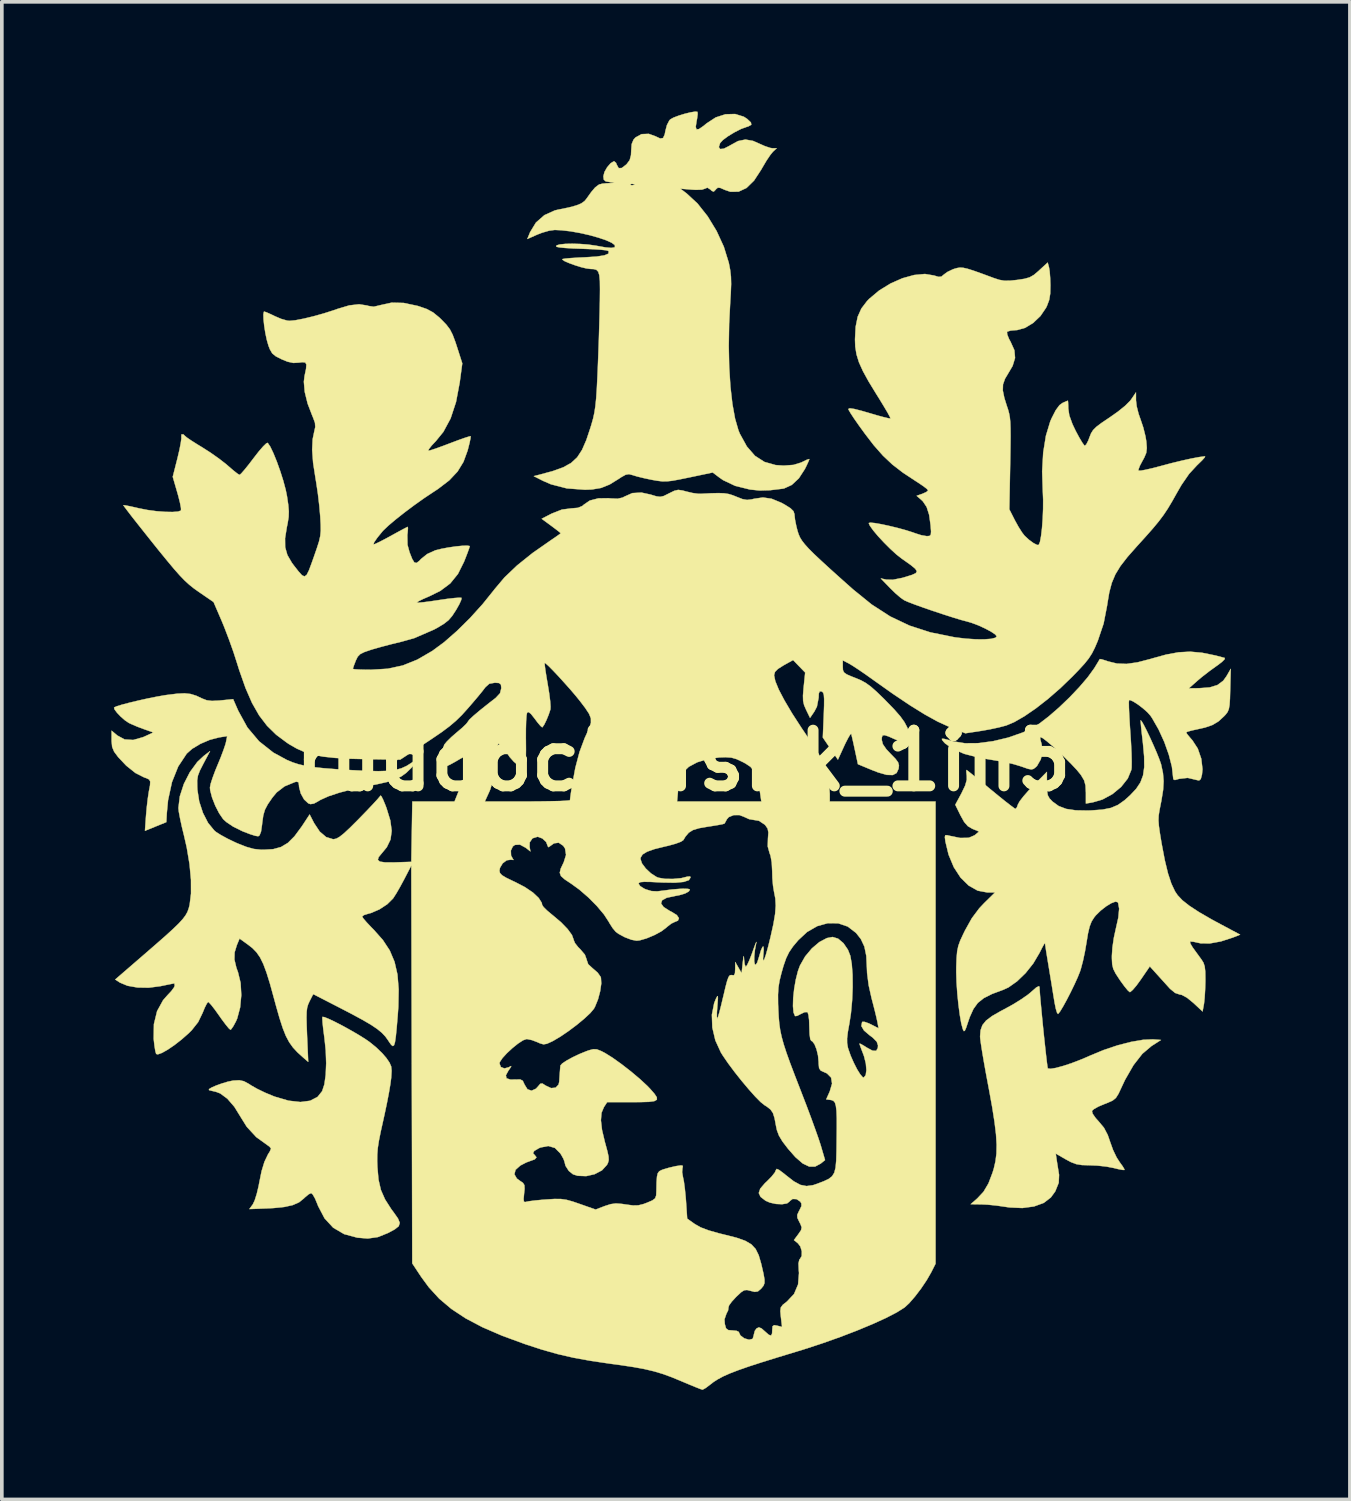
<source format=kicad_pcb>
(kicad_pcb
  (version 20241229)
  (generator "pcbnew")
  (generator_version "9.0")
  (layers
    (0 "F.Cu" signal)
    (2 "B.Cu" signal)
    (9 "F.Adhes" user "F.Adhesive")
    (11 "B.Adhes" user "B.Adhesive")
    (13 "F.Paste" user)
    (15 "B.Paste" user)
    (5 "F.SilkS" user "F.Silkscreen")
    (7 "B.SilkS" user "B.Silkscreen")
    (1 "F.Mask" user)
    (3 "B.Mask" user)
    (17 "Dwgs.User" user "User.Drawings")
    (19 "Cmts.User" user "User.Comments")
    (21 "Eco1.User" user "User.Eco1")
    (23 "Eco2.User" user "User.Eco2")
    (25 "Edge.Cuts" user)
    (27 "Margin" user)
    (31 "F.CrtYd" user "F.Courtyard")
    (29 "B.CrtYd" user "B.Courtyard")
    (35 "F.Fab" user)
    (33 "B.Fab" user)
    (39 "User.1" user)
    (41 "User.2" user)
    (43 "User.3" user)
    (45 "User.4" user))
  (footprint "ruddock_fsilk_1in5"
    (layer "F.Cu")
    (at 15.651 17.773)
    (property "Reference" "ruddock_fsilk_1in5" (at 0 0 0) (layer "F.SilkS") (effects (font (size 1.524 1.524) (thickness 0.3))))
    (attr through_hole)
    (fp_poly (pts (xy -9.817 7.021) (xy -9.693 7.072) (xy -9.518 7.156) (xy -9.314 7.262) (xy -9.097 7.382) (xy -8.887 7.504) (xy -8.703 7.619) (xy -8.586 7.7) (xy -8.406 7.846) (xy -8.237 8.009) (xy -8.124 8.14) (xy -8.038 8.266) (xy -7.993 8.37) (xy -7.981 8.491) (xy -7.992 8.671) (xy -7.993 8.687) (xy -8.015 8.853) (xy -8.055 9.091) (xy -8.11 9.376) (xy -8.174 9.68) (xy -8.207 9.83) (xy -8.279 10.153) (xy -8.329 10.403) (xy -8.36 10.604) (xy -8.374 10.783) (xy -8.376 10.963) (xy -8.37 11.125) (xy -8.34 11.468) (xy -8.275 11.75) (xy -8.162 12.007) (xy -7.989 12.278) (xy -7.923 12.366) (xy -7.806 12.533) (xy -7.758 12.651) (xy -7.786 12.743) (xy -7.896 12.83) (xy -8.077 12.928) (xy -8.358 13.041) (xy -8.634 13.08) (xy -8.919 13.057) (xy -9.282 12.959) (xy -9.58 12.784) (xy -9.816 12.529) (xy -9.993 12.191) (xy -10.01 12.146) (xy -10.076 11.987) (xy -10.139 11.876) (xy -10.183 11.836) (xy -10.253 11.87) (xy -10.355 11.955) (xy -10.383 11.983) (xy -10.515 12.089) (xy -10.687 12.165) (xy -10.917 12.216) (xy -11.223 12.247) (xy -11.411 12.256) (xy -11.875 12.274) (xy -11.78 12.144) (xy -11.728 12.034) (xy -11.672 11.856) (xy -11.621 11.641) (xy -11.607 11.566) (xy -11.54 11.235) (xy -11.462 10.98) (xy -11.365 10.777) (xy -11.317 10.701) (xy -11.281 10.619) (xy -11.328 10.561) (xy -11.348 10.548) (xy -11.687 10.303) (xy -11.947 10.021) (xy -12.106 9.765) (xy -12.285 9.475) (xy -12.478 9.252) (xy -12.673 9.108) (xy -12.79 9.064) (xy -12.91 9.036) (xy -12.979 9.018) (xy -12.981 8.992) (xy -12.908 8.947) (xy -12.783 8.892) (xy -12.63 8.837) (xy -12.471 8.789) (xy -12.33 8.759) (xy -12.306 8.756) (xy -12.15 8.748) (xy -12.026 8.774) (xy -11.888 8.848) (xy -11.828 8.888) (xy -11.663 8.982) (xy -11.444 9.088) (xy -11.215 9.183) (xy -11.179 9.197) (xy -10.802 9.307) (xy -10.477 9.344) (xy -10.211 9.309) (xy -10.007 9.203) (xy -9.883 9.047) (xy -9.822 8.862) (xy -9.785 8.6) (xy -9.772 8.282) (xy -9.784 7.932) (xy -9.822 7.572) (xy -9.823 7.57) (xy -9.852 7.349) (xy -9.871 7.168) (xy -9.878 7.048) (xy -9.874 7.012) (xy -9.817 7.021)) (stroke (width 0.01) (type solid)) (fill yes) (layer "F.SilkS"))
    (fp_poly (pts (xy 9.754 6.194) (xy 9.759 6.289) (xy 9.772 6.459) (xy 9.793 6.686) (xy 9.818 6.952) (xy 9.846 7.241) (xy 9.876 7.532) (xy 9.906 7.81) (xy 9.933 8.056) (xy 9.956 8.252) (xy 9.973 8.381) (xy 9.982 8.424) (xy 10.056 8.435) (xy 10.205 8.41) (xy 10.41 8.354) (xy 10.652 8.273) (xy 10.914 8.172) (xy 11.145 8.072) (xy 11.513 7.919) (xy 11.893 7.792) (xy 12.259 7.698) (xy 12.588 7.641) (xy 12.855 7.629) (xy 12.872 7.63) (xy 13.08 7.645) (xy 12.818 7.813) (xy 12.569 8.024) (xy 12.328 8.333) (xy 12.097 8.734) (xy 11.998 8.945) (xy 11.916 9.12) (xy 11.846 9.23) (xy 11.76 9.301) (xy 11.629 9.361) (xy 11.533 9.398) (xy 11.367 9.468) (xy 11.243 9.538) (xy 11.19 9.587) (xy 11.208 9.663) (xy 11.29 9.781) (xy 11.375 9.876) (xy 11.52 10.05) (xy 11.623 10.247) (xy 11.691 10.444) (xy 11.767 10.655) (xy 11.863 10.856) (xy 11.948 10.989) (xy 12.032 11.105) (xy 12.078 11.184) (xy 12.08 11.203) (xy 12.025 11.202) (xy 11.901 11.178) (xy 11.783 11.149) (xy 11.584 11.111) (xy 11.339 11.084) (xy 11.131 11.075) (xy 10.916 11.069) (xy 10.758 11.043) (xy 10.612 10.987) (xy 10.478 10.915) (xy 10.199 10.755) (xy 10.228 10.953) (xy 10.258 11.141) (xy 10.288 11.327) (xy 10.29 11.334) (xy 10.28 11.555) (xy 10.186 11.789) (xy 10.065 11.956) (xy 9.871 12.105) (xy 9.605 12.202) (xy 9.285 12.245) (xy 8.929 12.229) (xy 8.814 12.212) (xy 8.578 12.178) (xy 8.331 12.153) (xy 8.164 12.145) (xy 7.87 12.141) (xy 8.053 11.981) (xy 8.222 11.8) (xy 8.356 11.574) (xy 8.469 11.278) (xy 8.503 11.168) (xy 8.549 10.968) (xy 8.576 10.754) (xy 8.581 10.512) (xy 8.564 10.229) (xy 8.523 9.89) (xy 8.459 9.482) (xy 8.37 8.992) (xy 8.357 8.924) (xy 8.292 8.578) (xy 8.234 8.255) (xy 8.186 7.973) (xy 8.151 7.747) (xy 8.131 7.595) (xy 8.128 7.547) (xy 8.142 7.377) (xy 8.192 7.238) (xy 8.292 7.114) (xy 8.456 6.991) (xy 8.697 6.852) (xy 8.797 6.8) (xy 9.033 6.67) (xy 9.258 6.53) (xy 9.444 6.4) (xy 9.534 6.324) (xy 9.666 6.208) (xy 9.739 6.172) (xy 9.754 6.194)) (stroke (width 0.01) (type solid)) (fill yes) (layer "F.SilkS"))
    (fp_poly (pts (xy -13.483 -1.826) (xy -13.329 -1.778) (xy -13.168 -1.702) (xy -13.043 -1.654) (xy -12.899 -1.636) (xy -12.697 -1.646) (xy -12.66 -1.65) (xy -12.319 -1.684) (xy -12.178 -1.363) (xy -11.929 -0.91) (xy -11.61 -0.531) (xy -11.218 -0.221) (xy -10.85 -0.021) (xy -10.693 0.045) (xy -10.529 0.098) (xy -10.344 0.141) (xy -10.12 0.176) (xy -9.842 0.206) (xy -9.494 0.233) (xy -9.086 0.258) (xy -8.674 0.279) (xy -8.346 0.287) (xy -8.088 0.279) (xy -7.884 0.254) (xy -7.716 0.21) (xy -7.571 0.144) (xy -7.431 0.055) (xy -7.418 0.046) (xy -7.302 -0.034) (xy -7.228 -0.074) (xy -7.214 -0.074) (xy -7.246 -0.026) (xy -7.33 0.074) (xy -7.447 0.203) (xy -7.582 0.334) (xy -7.723 0.435) (xy -7.89 0.515) (xy -8.105 0.583) (xy -8.388 0.647) (xy -8.585 0.685) (xy -9.022 0.775) (xy -9.401 0.872) (xy -9.707 0.973) (xy -9.929 1.073) (xy -9.97 1.098) (xy -10.107 1.174) (xy -10.202 1.189) (xy -10.262 1.168) (xy -10.377 1.061) (xy -10.468 0.897) (xy -10.514 0.72) (xy -10.516 0.685) (xy -10.528 0.591) (xy -10.584 0.575) (xy -10.63 0.586) (xy -10.911 0.702) (xy -11.127 0.868) (xy -11.244 1.009) (xy -11.371 1.194) (xy -11.449 1.342) (xy -11.494 1.496) (xy -11.522 1.696) (xy -11.528 1.752) (xy -11.556 1.943) (xy -11.596 2.044) (xy -11.633 2.069) (xy -11.714 2.056) (xy -11.859 2.01) (xy -12.039 1.941) (xy -12.076 1.925) (xy -12.315 1.807) (xy -12.507 1.678) (xy -12.592 1.6) (xy -12.702 1.44) (xy -12.809 1.23) (xy -12.896 1.008) (xy -12.947 0.812) (xy -12.954 0.734) (xy -12.935 0.635) (xy -12.882 0.47) (xy -12.806 0.266) (xy -12.751 0.133) (xy -12.66 -0.088) (xy -12.583 -0.292) (xy -12.53 -0.449) (xy -12.515 -0.507) (xy -12.482 -0.672) (xy -12.705 -0.637) (xy -12.959 -0.571) (xy -13.216 -0.461) (xy -13.442 -0.325) (xy -13.59 -0.193) (xy -13.823 0.159) (xy -13.994 0.587) (xy -14.101 1.081) (xy -14.135 1.438) (xy -14.148 1.682) (xy -14.733 1.92) (xy -14.704 1.506) (xy -14.683 1.272) (xy -14.656 1.041) (xy -14.629 0.861) (xy -14.627 0.848) (xy -14.594 0.673) (xy -14.589 0.571) (xy -14.618 0.515) (xy -14.692 0.479) (xy -14.754 0.458) (xy -14.992 0.338) (xy -15.245 0.136) (xy -15.467 -0.099) (xy -15.577 -0.247) (xy -15.631 -0.376) (xy -15.646 -0.535) (xy -15.646 -0.568) (xy -15.646 -0.822) (xy -15.49 -0.69) (xy -15.291 -0.582) (xy -15.056 -0.567) (xy -14.784 -0.644) (xy -14.732 -0.667) (xy -14.503 -0.773) (xy -14.76 -0.863) (xy -14.942 -0.931) (xy -15.112 -1.004) (xy -15.173 -1.033) (xy -15.279 -1.104) (xy -15.395 -1.205) (xy -15.498 -1.313) (xy -15.567 -1.405) (xy -15.579 -1.456) (xy -15.509 -1.488) (xy -15.361 -1.534) (xy -15.155 -1.588) (xy -14.913 -1.646) (xy -14.657 -1.703) (xy -14.407 -1.753) (xy -14.185 -1.792) (xy -14.127 -1.8) (xy -13.852 -1.834) (xy -13.647 -1.844) (xy -13.483 -1.826)) (stroke (width 0.01) (type solid)) (fill yes) (layer "F.SilkS"))
    (fp_poly (pts (xy 14.206 -2.954) (xy 14.574 -2.879) (xy 14.826 -2.812) (xy 14.822 -2.777) (xy 14.748 -2.703) (xy 14.617 -2.603) (xy 14.597 -2.59) (xy 14.402 -2.449) (xy 14.201 -2.293) (xy 14.072 -2.184) (xy 13.843 -1.981) (xy 14.122 -1.984) (xy 14.413 -2.006) (xy 14.627 -2.072) (xy 14.784 -2.189) (xy 14.872 -2.311) (xy 14.99 -2.515) (xy 14.975 -1.946) (xy 14.968 -1.698) (xy 14.957 -1.528) (xy 14.937 -1.415) (xy 14.904 -1.334) (xy 14.852 -1.265) (xy 14.808 -1.218) (xy 14.655 -1.077) (xy 14.492 -0.979) (xy 14.288 -0.908) (xy 14.084 -0.862) (xy 13.92 -0.826) (xy 13.806 -0.794) (xy 13.767 -0.774) (xy 13.798 -0.725) (xy 13.878 -0.628) (xy 13.94 -0.557) (xy 14.087 -0.331) (xy 14.183 -0.053) (xy 14.216 0.232) (xy 14.202 0.379) (xy 14.169 0.502) (xy 14.123 0.542) (xy 14.081 0.534) (xy 13.811 0.47) (xy 13.574 0.497) (xy 13.566 0.5) (xy 13.46 0.53) (xy 13.418 0.509) (xy 13.41 0.442) (xy 13.379 0.165) (xy 13.295 -0.162) (xy 13.171 -0.512) (xy 13.015 -0.854) (xy 12.84 -1.16) (xy 12.792 -1.232) (xy 12.705 -1.329) (xy 12.581 -1.438) (xy 12.445 -1.541) (xy 12.32 -1.621) (xy 12.231 -1.66) (xy 12.206 -1.657) (xy 12.2 -1.599) (xy 12.202 -1.457) (xy 12.211 -1.249) (xy 12.226 -0.99) (xy 12.241 -0.769) (xy 12.26 -0.472) (xy 12.273 -0.2) (xy 12.278 0.027) (xy 12.276 0.188) (xy 12.269 0.249) (xy 12.17 0.488) (xy 11.99 0.716) (xy 11.753 0.913) (xy 11.479 1.062) (xy 11.214 1.14) (xy 11.024 1.173) (xy 11.024 0.874) (xy 11.014 0.679) (xy 10.976 0.538) (xy 10.896 0.403) (xy 10.877 0.376) (xy 10.773 0.25) (xy 10.629 0.096) (xy 10.46 -0.074) (xy 10.282 -0.244) (xy 10.109 -0.401) (xy 9.958 -0.53) (xy 9.843 -0.617) (xy 9.779 -0.648) (xy 9.773 -0.646) (xy 9.775 -0.59) (xy 9.805 -0.479) (xy 9.811 -0.461) (xy 9.836 -0.255) (xy 9.791 -0.039) (xy 9.687 0.143) (xy 9.654 0.176) (xy 9.593 0.224) (xy 9.531 0.24) (xy 9.438 0.222) (xy 9.284 0.168) (xy 9.26 0.159) (xy 9.052 0.096) (xy 8.801 0.037) (xy 8.585 0.00034) (xy 8.091 -0.083) (xy 7.693 -0.188) (xy 7.389 -0.317) (xy 7.174 -0.47) (xy 7.142 -0.503) (xy 7.088 -0.568) (xy 7.083 -0.6) (xy 7.141 -0.598) (xy 7.275 -0.564) (xy 7.406 -0.527) (xy 7.714 -0.477) (xy 8.082 -0.48) (xy 8.485 -0.534) (xy 8.9 -0.633) (xy 9.302 -0.774) (xy 9.525 -0.876) (xy 9.746 -1.012) (xy 10.007 -1.212) (xy 10.289 -1.457) (xy 10.573 -1.729) (xy 10.841 -2.011) (xy 11.073 -2.282) (xy 11.25 -2.526) (xy 11.275 -2.566) (xy 11.349 -2.688) (xy 11.397 -2.768) (xy 11.405 -2.782) (xy 11.454 -2.775) (xy 11.566 -2.741) (xy 11.632 -2.718) (xy 11.874 -2.659) (xy 12.135 -2.649) (xy 12.437 -2.692) (xy 12.802 -2.787) (xy 12.833 -2.797) (xy 13.224 -2.905) (xy 13.562 -2.967) (xy 13.879 -2.984) (xy 14.206 -2.954)) (stroke (width 0.01) (type solid)) (fill yes) (layer "F.SilkS"))
    (fp_poly (pts (xy 12.552 -1.078) (xy 12.611 -0.975) (xy 12.691 -0.818) (xy 12.782 -0.627) (xy 12.875 -0.421) (xy 12.962 -0.221) (xy 13.032 -0.046) (xy 13.078 0.084) (xy 13.083 0.102) (xy 13.134 0.339) (xy 13.152 0.561) (xy 13.138 0.803) (xy 13.09 1.098) (xy 13.071 1.193) (xy 13.037 1.367) (xy 13.016 1.506) (xy 13.011 1.637) (xy 13.022 1.784) (xy 13.049 1.976) (xy 13.092 2.238) (xy 13.1 2.283) (xy 13.185 2.729) (xy 13.272 3.087) (xy 13.364 3.366) (xy 13.465 3.579) (xy 13.536 3.684) (xy 13.665 3.821) (xy 13.858 3.973) (xy 14.124 4.147) (xy 14.472 4.348) (xy 14.724 4.484) (xy 15.246 4.762) (xy 15.053 4.839) (xy 14.721 4.947) (xy 14.419 5.002) (xy 14.168 5) (xy 14.099 4.985) (xy 13.968 4.956) (xy 13.885 4.951) (xy 13.875 4.955) (xy 13.885 5.007) (xy 13.943 5.106) (xy 13.961 5.131) (xy 14.072 5.284) (xy 14.185 5.439) (xy 14.186 5.44) (xy 14.243 5.531) (xy 14.276 5.632) (xy 14.292 5.77) (xy 14.295 5.974) (xy 14.295 6.042) (xy 14.288 6.272) (xy 14.275 6.486) (xy 14.258 6.647) (xy 14.253 6.677) (xy 14.218 6.866) (xy 13.969 6.633) (xy 13.793 6.489) (xy 13.649 6.411) (xy 13.595 6.401) (xy 13.467 6.358) (xy 13.326 6.242) (xy 13.321 6.236) (xy 13.198 6.1) (xy 13.05 5.936) (xy 12.973 5.851) (xy 12.774 5.631) (xy 12.527 5.992) (xy 12.41 6.153) (xy 12.308 6.273) (xy 12.239 6.332) (xy 12.224 6.335) (xy 12.17 6.287) (xy 12.079 6.176) (xy 11.969 6.025) (xy 11.952 6) (xy 11.839 5.828) (xy 11.774 5.699) (xy 11.744 5.572) (xy 11.736 5.409) (xy 11.736 5.343) (xy 11.751 5.113) (xy 11.79 4.847) (xy 11.838 4.626) (xy 11.912 4.295) (xy 11.935 4.052) (xy 11.907 3.894) (xy 11.896 3.874) (xy 11.833 3.858) (xy 11.719 3.901) (xy 11.578 3.987) (xy 11.429 4.103) (xy 11.296 4.234) (xy 11.254 4.286) (xy 11.18 4.401) (xy 11.126 4.541) (xy 11.081 4.731) (xy 11.043 4.965) (xy 10.999 5.222) (xy 10.944 5.482) (xy 10.886 5.701) (xy 10.865 5.766) (xy 10.801 5.926) (xy 10.711 6.125) (xy 10.606 6.341) (xy 10.498 6.551) (xy 10.397 6.734) (xy 10.315 6.869) (xy 10.263 6.933) (xy 10.262 6.934) (xy 10.235 6.901) (xy 10.201 6.79) (xy 10.167 6.623) (xy 10.162 6.591) (xy 10.128 6.384) (xy 10.085 6.116) (xy 10.037 5.827) (xy 10.005 5.631) (xy 9.966 5.395) (xy 9.934 5.197) (xy 9.913 5.056) (xy 9.905 4.996) (xy 9.884 5.016) (xy 9.832 5.108) (xy 9.758 5.254) (xy 9.75 5.269) (xy 9.584 5.55) (xy 9.374 5.814) (xy 9.14 6.04) (xy 8.905 6.206) (xy 8.763 6.271) (xy 8.456 6.385) (xy 8.23 6.499) (xy 8.066 6.63) (xy 7.945 6.797) (xy 7.846 7.016) (xy 7.8 7.15) (xy 7.745 7.314) (xy 7.709 7.394) (xy 7.683 7.403) (xy 7.658 7.355) (xy 7.655 7.347) (xy 7.613 7.193) (xy 7.573 6.963) (xy 7.536 6.682) (xy 7.505 6.376) (xy 7.484 6.072) (xy 7.475 5.793) (xy 7.476 5.646) (xy 7.485 5.398) (xy 7.501 5.217) (xy 7.532 5.07) (xy 7.585 4.923) (xy 7.669 4.742) (xy 7.717 4.644) (xy 7.903 4.311) (xy 8.105 4.041) (xy 8.239 3.899) (xy 8.537 3.607) (xy 8.326 3.607) (xy 8.063 3.558) (xy 7.816 3.419) (xy 7.594 3.201) (xy 7.408 2.915) (xy 7.265 2.572) (xy 7.179 2.215) (xy 7.163 2.089) (xy 7.178 2.039) (xy 7.238 2.042) (xy 7.269 2.051) (xy 7.58 2.115) (xy 7.817 2.111) (xy 7.975 2.043) (xy 8.1 1.941) (xy 7.917 1.865) (xy 7.794 1.793) (xy 7.693 1.679) (xy 7.592 1.497) (xy 7.449 1.206) (xy 7.618 0.893) (xy 7.719 0.682) (xy 7.764 0.523) (xy 7.763 0.417) (xy 7.751 0.306) (xy 7.755 0.254) (xy 7.756 0.254) (xy 7.799 0.285) (xy 7.906 0.37) (xy 8.065 0.498) (xy 8.263 0.659) (xy 8.418 0.787) (xy 8.636 0.966) (xy 8.826 1.119) (xy 8.976 1.235) (xy 9.071 1.305) (xy 9.098 1.321) (xy 9.135 1.278) (xy 9.164 1.198) (xy 9.211 1.112) (xy 9.315 0.977) (xy 9.459 0.813) (xy 9.576 0.691) (xy 9.957 0.306) (xy 9.957 0.641) (xy 9.961 0.827) (xy 9.981 0.946) (xy 10.028 1.033) (xy 10.114 1.122) (xy 10.114 1.122) (xy 10.28 1.242) (xy 10.485 1.32) (xy 10.747 1.359) (xy 11.083 1.365) (xy 11.176 1.361) (xy 11.477 1.339) (xy 11.709 1.293) (xy 11.9 1.212) (xy 12.083 1.083) (xy 12.234 0.947) (xy 12.4 0.771) (xy 12.516 0.597) (xy 12.589 0.404) (xy 12.622 0.174) (xy 12.619 -0.113) (xy 12.586 -0.476) (xy 12.579 -0.533) (xy 12.553 -0.759) (xy 12.534 -0.944) (xy 12.524 -1.066) (xy 12.523 -1.107) (xy 12.552 -1.078)) (stroke (width 0.01) (type solid)) (fill yes) (layer "F.SilkS"))
    (fp_poly (pts (xy 0.392 -17.761) (xy 0.397 -17.701) (xy 0.381 -17.577) (xy 0.367 -17.504) (xy 0.344 -17.352) (xy 0.364 -17.281) (xy 0.433 -17.29) (xy 0.559 -17.377) (xy 0.641 -17.445) (xy 0.892 -17.609) (xy 1.159 -17.695) (xy 1.422 -17.702) (xy 1.66 -17.628) (xy 1.753 -17.567) (xy 1.855 -17.471) (xy 1.865 -17.407) (xy 1.782 -17.362) (xy 1.74 -17.35) (xy 1.586 -17.294) (xy 1.407 -17.203) (xy 1.23 -17.096) (xy 1.088 -16.991) (xy 1.011 -16.907) (xy 0.976 -16.795) (xy 1.014 -16.743) (xy 1.113 -16.753) (xy 1.263 -16.829) (xy 1.273 -16.836) (xy 1.501 -16.961) (xy 1.704 -17.003) (xy 1.913 -16.966) (xy 2.072 -16.896) (xy 2.237 -16.823) (xy 2.381 -16.775) (xy 2.446 -16.764) (xy 2.559 -16.764) (xy 2.455 -16.667) (xy 2.383 -16.578) (xy 2.282 -16.428) (xy 2.172 -16.242) (xy 2.138 -16.182) (xy 1.94 -15.879) (xy 1.733 -15.677) (xy 1.516 -15.576) (xy 1.29 -15.574) (xy 1.139 -15.626) (xy 1.016 -15.68) (xy 0.949 -15.686) (xy 0.901 -15.646) (xy 0.891 -15.632) (xy 0.837 -15.577) (xy 0.783 -15.598) (xy 0.746 -15.634) (xy 0.663 -15.687) (xy 0.605 -15.662) (xy 0.517 -15.632) (xy 0.349 -15.626) (xy 0.236 -15.632) (xy -0.076 -15.658) (xy 0.096 -15.527) (xy 0.393 -15.252) (xy 0.671 -14.901) (xy 0.916 -14.498) (xy 1.113 -14.069) (xy 1.246 -13.639) (xy 1.25 -13.625) (xy 1.287 -13.432) (xy 1.308 -13.25) (xy 1.313 -13.047) (xy 1.303 -12.793) (xy 1.291 -12.601) (xy 1.258 -11.964) (xy 1.248 -11.35) (xy 1.26 -10.77) (xy 1.294 -10.238) (xy 1.348 -9.764) (xy 1.421 -9.362) (xy 1.513 -9.044) (xy 1.552 -8.949) (xy 1.744 -8.6) (xy 1.966 -8.345) (xy 2.226 -8.178) (xy 2.531 -8.092) (xy 2.75 -8.077) (xy 3.021 -8.097) (xy 3.23 -8.162) (xy 3.265 -8.179) (xy 3.38 -8.235) (xy 3.447 -8.257) (xy 3.454 -8.253) (xy 3.433 -8.197) (xy 3.379 -8.079) (xy 3.33 -7.981) (xy 3.167 -7.73) (xy 2.973 -7.549) (xy 2.764 -7.453) (xy 2.729 -7.446) (xy 2.38 -7.404) (xy 2.092 -7.396) (xy 1.829 -7.423) (xy 1.829 -7.423) (xy 1.424 -7.523) (xy 1.093 -7.68) (xy 0.983 -7.757) (xy 0.809 -7.889) (xy 0.163 -7.753) (xy -0.106 -7.698) (xy -0.302 -7.662) (xy -0.451 -7.646) (xy -0.579 -7.647) (xy -0.712 -7.663) (xy -0.864 -7.69) (xy -1.071 -7.734) (xy -1.256 -7.779) (xy -1.382 -7.817) (xy -1.388 -7.819) (xy -1.484 -7.844) (xy -1.574 -7.828) (xy -1.693 -7.762) (xy -1.757 -7.719) (xy -2.014 -7.56) (xy -2.248 -7.466) (xy -2.498 -7.424) (xy -2.688 -7.417) (xy -3.184 -7.454) (xy -3.619 -7.566) (xy -3.835 -7.66) (xy -4.089 -7.789) (xy -3.912 -7.834) (xy -3.555 -7.932) (xy -3.279 -8.032) (xy -3.066 -8.151) (xy -2.901 -8.304) (xy -2.768 -8.508) (xy -2.651 -8.776) (xy -2.535 -9.125) (xy -2.509 -9.211) (xy -2.464 -9.37) (xy -2.43 -9.528) (xy -2.403 -9.705) (xy -2.381 -9.92) (xy -2.363 -10.191) (xy -2.346 -10.537) (xy -2.338 -10.719) (xy -2.323 -11.107) (xy -2.308 -11.523) (xy -2.296 -11.932) (xy -2.286 -12.304) (xy -2.28 -12.59) (xy -2.277 -12.906) (xy -2.28 -13.134) (xy -2.295 -13.289) (xy -2.325 -13.385) (xy -2.375 -13.437) (xy -2.449 -13.457) (xy -2.543 -13.461) (xy -2.653 -13.476) (xy -2.801 -13.512) (xy -2.963 -13.563) (xy -3.117 -13.619) (xy -3.239 -13.671) (xy -3.305 -13.713) (xy -3.302 -13.732) (xy -3.222 -13.745) (xy -3.065 -13.759) (xy -2.856 -13.772) (xy -2.678 -13.78) (xy -2.368 -13.8) (xy -2.158 -13.833) (xy -2.047 -13.879) (xy -2.037 -13.938) (xy -2.052 -13.956) (xy -2.115 -13.972) (xy -2.259 -13.988) (xy -2.464 -14.001) (xy -2.711 -14.011) (xy -2.76 -14.013) (xy -3.012 -14.022) (xy -3.228 -14.035) (xy -3.386 -14.051) (xy -3.467 -14.067) (xy -3.472 -14.07) (xy -3.466 -14.106) (xy -3.379 -14.131) (xy -3.229 -14.147) (xy -3.036 -14.151) (xy -2.82 -14.145) (xy -2.6 -14.128) (xy -2.395 -14.099) (xy -2.368 -14.094) (xy -2.128 -14.051) (xy -1.972 -14.037) (xy -1.886 -14.05) (xy -1.869 -14.061) (xy -1.871 -14.114) (xy -1.957 -14.178) (xy -2.11 -14.247) (xy -2.316 -14.317) (xy -2.557 -14.385) (xy -2.818 -14.444) (xy -3.081 -14.491) (xy -3.332 -14.52) (xy -3.516 -14.529) (xy -3.67 -14.508) (xy -3.861 -14.453) (xy -3.986 -14.405) (xy -4.266 -14.281) (xy -4.19 -14.468) (xy -4.03 -14.731) (xy -3.798 -14.934) (xy -3.512 -15.063) (xy -3.424 -15.084) (xy -3.137 -15.142) (xy -2.933 -15.197) (xy -2.794 -15.252) (xy -2.702 -15.317) (xy -2.655 -15.372) (xy -2.516 -15.566) (xy -2.411 -15.69) (xy -2.32 -15.76) (xy -1.451 -15.76) (xy -1.401 -15.752) (xy -1.335 -15.761) (xy -1.335 -15.779) (xy -1.403 -15.791) (xy -1.432 -15.783) (xy -1.451 -15.76) (xy -2.32 -15.76) (xy -2.318 -15.762) (xy -2.218 -15.795) (xy -2.087 -15.807) (xy -2.066 -15.807) (xy -1.927 -15.813) (xy -1.886 -15.82) (xy -1.936 -15.829) (xy -1.994 -15.836) (xy -2.12 -15.858) (xy -2.173 -15.905) (xy -2.184 -15.998) (xy -2.154 -16.115) (xy -2.08 -16.245) (xy -1.986 -16.354) (xy -1.899 -16.407) (xy -1.888 -16.408) (xy -1.839 -16.366) (xy -1.814 -16.307) (xy -1.765 -16.22) (xy -1.681 -16.224) (xy -1.559 -16.318) (xy -1.547 -16.33) (xy -1.464 -16.44) (xy -1.428 -16.577) (xy -1.422 -16.702) (xy -1.409 -16.879) (xy -1.36 -16.998) (xy -1.305 -17.06) (xy -1.139 -17.151) (xy -0.942 -17.159) (xy -0.762 -17.094) (xy -0.629 -17.032) (xy -0.55 -17.045) (xy -0.505 -17.142) (xy -0.486 -17.241) (xy -0.444 -17.4) (xy -0.378 -17.527) (xy -0.355 -17.552) (xy -0.268 -17.602) (xy -0.126 -17.656) (xy 0.042 -17.708) (xy 0.205 -17.748) (xy 0.332 -17.768) (xy 0.392 -17.761)) (stroke (width 0.01) (type solid)) (fill yes) (layer "F.SilkS"))
    (fp_poly (pts (xy 10.013 -13.511) (xy 10.032 -13.398) (xy 10.046 -13.221) (xy 10.053 -13.019) (xy 10.053 -13.016) (xy 10.048 -12.786) (xy 10.019 -12.611) (xy 9.958 -12.449) (xy 9.934 -12.399) (xy 9.78 -12.172) (xy 9.58 -11.982) (xy 9.359 -11.848) (xy 9.14 -11.787) (xy 9.102 -11.786) (xy 8.965 -11.774) (xy 8.876 -11.746) (xy 8.865 -11.736) (xy 8.871 -11.666) (xy 8.92 -11.545) (xy 8.964 -11.464) (xy 9.067 -11.235) (xy 9.085 -11.024) (xy 9.018 -10.806) (xy 8.915 -10.631) (xy 8.81 -10.455) (xy 8.755 -10.299) (xy 8.75 -10.133) (xy 8.792 -9.929) (xy 8.856 -9.724) (xy 8.894 -9.611) (xy 8.922 -9.507) (xy 8.942 -9.398) (xy 8.955 -9.268) (xy 8.961 -9.102) (xy 8.963 -8.884) (xy 8.96 -8.6) (xy 8.954 -8.233) (xy 8.952 -8.127) (xy 8.928 -6.881) (xy 9.082 -6.577) (xy 9.18 -6.4) (xy 9.278 -6.246) (xy 9.345 -6.159) (xy 9.466 -6.047) (xy 9.589 -5.957) (xy 9.688 -5.906) (xy 9.733 -5.906) (xy 9.767 -5.988) (xy 9.797 -6.149) (xy 9.823 -6.368) (xy 9.842 -6.623) (xy 9.853 -6.891) (xy 9.854 -7.152) (xy 9.845 -7.367) (xy 9.827 -7.92) (xy 9.856 -8.435) (xy 9.93 -8.895) (xy 10.047 -9.282) (xy 10.082 -9.365) (xy 10.198 -9.592) (xy 10.302 -9.733) (xy 10.385 -9.793) (xy 10.484 -9.837) (xy 10.531 -9.855) (xy 10.537 -9.81) (xy 10.541 -9.696) (xy 10.542 -9.639) (xy 10.57 -9.451) (xy 10.656 -9.214) (xy 10.745 -9.027) (xy 10.841 -8.848) (xy 10.924 -8.709) (xy 10.981 -8.63) (xy 10.994 -8.621) (xy 11.035 -8.658) (xy 11.09 -8.765) (xy 11.121 -8.848) (xy 11.165 -8.959) (xy 11.222 -9.05) (xy 11.311 -9.139) (xy 11.45 -9.244) (xy 11.656 -9.383) (xy 11.667 -9.39) (xy 11.901 -9.555) (xy 12.098 -9.714) (xy 12.234 -9.85) (xy 12.264 -9.889) (xy 12.395 -10.082) (xy 12.395 -9.866) (xy 12.415 -9.7) (xy 12.467 -9.494) (xy 12.52 -9.343) (xy 12.595 -9.121) (xy 12.655 -8.88) (xy 12.678 -8.74) (xy 12.692 -8.558) (xy 12.676 -8.425) (xy 12.62 -8.293) (xy 12.573 -8.208) (xy 12.501 -8.072) (xy 12.464 -7.972) (xy 12.465 -7.939) (xy 12.524 -7.939) (xy 12.66 -7.964) (xy 12.852 -8.008) (xy 13.069 -8.065) (xy 13.361 -8.143) (xy 13.649 -8.213) (xy 13.911 -8.271) (xy 14.124 -8.311) (xy 14.267 -8.33) (xy 14.288 -8.331) (xy 14.276 -8.3) (xy 14.203 -8.219) (xy 14.084 -8.103) (xy 14.063 -8.083) (xy 13.85 -7.852) (xy 13.639 -7.546) (xy 13.517 -7.334) (xy 13.385 -7.099) (xy 13.268 -6.903) (xy 13.15 -6.726) (xy 13.018 -6.55) (xy 12.857 -6.356) (xy 12.653 -6.125) (xy 12.419 -5.867) (xy 12.162 -5.576) (xy 11.97 -5.328) (xy 11.831 -5.1) (xy 11.733 -4.868) (xy 11.664 -4.608) (xy 11.612 -4.298) (xy 11.605 -4.248) (xy 11.509 -3.753) (xy 11.35 -3.282) (xy 11.268 -3.09) (xy 11.19 -2.936) (xy 11.101 -2.798) (xy 10.985 -2.653) (xy 10.825 -2.479) (xy 10.647 -2.296) (xy 10.324 -1.984) (xy 9.988 -1.692) (xy 9.655 -1.432) (xy 9.34 -1.216) (xy 9.06 -1.055) (xy 8.844 -0.964) (xy 8.65 -0.913) (xy 8.405 -0.86) (xy 8.16 -0.816) (xy 8.142 -0.814) (xy 7.725 -0.75) (xy 7.266 -0.934) (xy 6.966 -1.071) (xy 6.615 -1.265) (xy 6.207 -1.518) (xy 5.736 -1.834) (xy 5.207 -2.209) (xy 4.994 -2.361) (xy 4.795 -2.497) (xy 4.633 -2.603) (xy 4.534 -2.662) (xy 4.369 -2.746) (xy 4.369 -2.571) (xy 4.374 -2.479) (xy 4.403 -2.416) (xy 4.476 -2.363) (xy 4.615 -2.303) (xy 4.713 -2.265) (xy 4.866 -2.201) (xy 5 -2.127) (xy 5.136 -2.028) (xy 5.294 -1.889) (xy 5.495 -1.694) (xy 5.551 -1.637) (xy 5.779 -1.402) (xy 5.942 -1.216) (xy 6.054 -1.061) (xy 6.129 -0.92) (xy 6.147 -0.874) (xy 6.203 -0.72) (xy 6.24 -0.604) (xy 6.248 -0.564) (xy 6.208 -0.501) (xy 6.095 -0.491) (xy 5.925 -0.534) (xy 5.804 -0.583) (xy 5.622 -0.664) (xy 5.512 -0.7) (xy 5.457 -0.69) (xy 5.438 -0.633) (xy 5.436 -0.57) (xy 5.465 -0.453) (xy 5.56 -0.315) (xy 5.682 -0.185) (xy 5.814 -0.049) (xy 5.884 0.047) (xy 5.907 0.129) (xy 5.897 0.22) (xy 5.843 0.337) (xy 5.738 0.393) (xy 5.572 0.388) (xy 5.337 0.321) (xy 5.164 0.254) (xy 4.784 0.096) (xy 4.7 -0.295) (xy 4.659 -0.486) (xy 4.624 -0.64) (xy 4.603 -0.729) (xy 4.601 -0.737) (xy 4.574 -0.718) (xy 4.518 -0.624) (xy 4.441 -0.474) (xy 4.41 -0.408) (xy 4.236 -0.028) (xy 3.823 -0.635) (xy 3.849 -1.249) (xy 3.858 -1.512) (xy 3.859 -1.69) (xy 3.851 -1.802) (xy 3.831 -1.863) (xy 3.799 -1.892) (xy 3.791 -1.895) (xy 3.738 -1.899) (xy 3.713 -1.839) (xy 3.708 -1.723) (xy 3.661 -1.479) (xy 3.591 -1.345) (xy 3.473 -1.172) (xy 3.366 -1.393) (xy 3.311 -1.519) (xy 3.284 -1.637) (xy 3.28 -1.781) (xy 3.296 -1.986) (xy 3.299 -2.013) (xy 3.34 -2.413) (xy 3.174 -2.584) (xy 3.009 -2.755) (xy 2.749 -2.61) (xy 2.594 -2.512) (xy 2.514 -2.431) (xy 2.489 -2.344) (xy 2.489 -2.335) (xy 2.522 -2.177) (xy 2.616 -1.948) (xy 2.77 -1.654) (xy 2.979 -1.3) (xy 3.241 -0.895) (xy 3.342 -0.746) (xy 3.535 -0.458) (xy 3.678 -0.236) (xy 3.78 -0.059) (xy 3.85 0.089) (xy 3.9 0.225) (xy 3.934 0.356) (xy 3.975 0.569) (xy 4.004 0.774) (xy 4.013 0.912) (xy 4.013 1.118) (xy 6.909 1.118) (xy 6.909 7.444) (xy 6.909 13.77) (xy 6.787 14.011) (xy 6.666 14.221) (xy 6.512 14.45) (xy 6.345 14.669) (xy 6.186 14.852) (xy 6.06 14.968) (xy 5.847 15.102) (xy 5.549 15.256) (xy 5.182 15.423) (xy 4.759 15.599) (xy 4.295 15.777) (xy 3.804 15.951) (xy 3.3 16.116) (xy 3.099 16.177) (xy 2.582 16.334) (xy 2.152 16.468) (xy 1.8 16.582) (xy 1.514 16.682) (xy 1.284 16.77) (xy 1.101 16.851) (xy 0.953 16.93) (xy 0.83 17.009) (xy 0.724 17.091) (xy 0.615 17.173) (xy 0.538 17.215) (xy 0.526 17.217) (xy 0.464 17.197) (xy 0.33 17.144) (xy 0.144 17.067) (xy -0.051 16.985) (xy -0.319 16.874) (xy -0.562 16.786) (xy -0.8 16.715) (xy -1.058 16.654) (xy -1.357 16.599) (xy -1.721 16.544) (xy -1.991 16.508) (xy -2.528 16.429) (xy -2.998 16.344) (xy -3.436 16.243) (xy -3.875 16.119) (xy -4.325 15.972) (xy -4.955 15.741) (xy -5.494 15.508) (xy -5.953 15.266) (xy -6.344 15.008) (xy -6.677 14.727) (xy -6.963 14.414) (xy -7.17 14.132) (xy -7.416 13.76) (xy -7.429 8.315) (xy -7.442 3.012) (xy -5.029 3.012) (xy -5.015 3.075) (xy -4.96 3.135) (xy -4.848 3.203) (xy -4.662 3.293) (xy -4.595 3.324) (xy -4.332 3.461) (xy -4.113 3.609) (xy -3.955 3.758) (xy -3.87 3.893) (xy -3.861 3.946) (xy -3.823 4.005) (xy -3.724 4.103) (xy -3.583 4.221) (xy -3.565 4.235) (xy -3.343 4.423) (xy -3.165 4.607) (xy -3.045 4.771) (xy -2.998 4.899) (xy -2.997 4.908) (xy -2.962 4.993) (xy -2.872 5.107) (xy -2.819 5.159) (xy -2.691 5.309) (xy -2.642 5.442) (xy -2.642 5.449) (xy -2.6 5.571) (xy -2.47 5.691) (xy -2.463 5.696) (xy -2.341 5.802) (xy -2.261 5.915) (xy -2.251 5.942) (xy -2.242 6.1) (xy -2.272 6.31) (xy -2.331 6.533) (xy -2.412 6.732) (xy -2.444 6.791) (xy -2.543 6.909) (xy -2.706 7.061) (xy -2.911 7.231) (xy -3.136 7.4) (xy -3.359 7.552) (xy -3.557 7.669) (xy -3.593 7.687) (xy -3.73 7.749) (xy -3.823 7.765) (xy -3.918 7.738) (xy -3.989 7.706) (xy -4.138 7.649) (xy -4.27 7.621) (xy -4.286 7.62) (xy -4.383 7.654) (xy -4.521 7.744) (xy -4.676 7.869) (xy -4.826 8.008) (xy -4.948 8.142) (xy -5.019 8.249) (xy -5.029 8.286) (xy -4.99 8.386) (xy -4.893 8.424) (xy -4.77 8.391) (xy -4.765 8.387) (xy -4.709 8.358) (xy -4.712 8.382) (xy -4.775 8.473) (xy -4.782 8.481) (xy -4.853 8.612) (xy -4.836 8.694) (xy -4.73 8.73) (xy -4.591 8.728) (xy -4.46 8.726) (xy -4.391 8.761) (xy -4.347 8.855) (xy -4.343 8.865) (xy -4.263 8.994) (xy -4.151 9.034) (xy -4.031 8.98) (xy -3.981 8.926) (xy -3.911 8.844) (xy -3.854 8.836) (xy -3.762 8.895) (xy -3.76 8.896) (xy -3.615 8.963) (xy -3.491 8.951) (xy -3.411 8.867) (xy -3.394 8.795) (xy -3.383 8.636) (xy -3.376 8.534) (xy -3.366 8.411) (xy -3.36 8.345) (xy -3.312 8.29) (xy -3.194 8.211) (xy -3.028 8.12) (xy -2.839 8.03) (xy -2.65 7.953) (xy -2.579 7.928) (xy -2.46 7.897) (xy -2.362 7.902) (xy -2.243 7.949) (xy -2.137 8.004) (xy -1.935 8.13) (xy -1.69 8.305) (xy -1.43 8.507) (xy -1.183 8.715) (xy -0.978 8.905) (xy -0.899 8.988) (xy -0.784 9.12) (xy -0.721 9.216) (xy -0.72 9.28) (xy -0.789 9.319) (xy -0.937 9.339) (xy -1.171 9.346) (xy -1.396 9.347) (xy -2.08 9.347) (xy -2.169 9.483) (xy -2.235 9.639) (xy -2.252 9.844) (xy -2.221 10.11) (xy -2.14 10.451) (xy -2.132 10.478) (xy -2.074 10.693) (xy -2.043 10.836) (xy -2.038 10.932) (xy -2.057 11.006) (xy -2.085 11.063) (xy -2.222 11.213) (xy -2.423 11.319) (xy -2.655 11.372) (xy -2.886 11.363) (xy -3.015 11.323) (xy -3.131 11.229) (xy -3.221 11.089) (xy -3.251 10.97) (xy -3.277 10.899) (xy -3.341 10.784) (xy -3.365 10.748) (xy -3.512 10.6) (xy -3.694 10.547) (xy -3.906 10.589) (xy -3.95 10.608) (xy -4.077 10.683) (xy -4.111 10.744) (xy -4.064 10.795) (xy -4.015 10.857) (xy -4.062 10.913) (xy -4.153 10.946) (xy -4.293 10.997) (xy -4.446 11.076) (xy -4.458 11.083) (xy -4.588 11.199) (xy -4.62 11.321) (xy -4.553 11.438) (xy -4.473 11.497) (xy -4.386 11.556) (xy -4.346 11.62) (xy -4.341 11.724) (xy -4.354 11.846) (xy -4.368 11.998) (xy -4.36 12.07) (xy -4.326 12.083) (xy -4.305 12.077) (xy -4.222 12.06) (xy -4.064 12.04) (xy -3.86 12.02) (xy -3.751 12.012) (xy -3.517 11.997) (xy -3.344 11.999) (xy -3.192 12.021) (xy -3.02 12.069) (xy -2.837 12.132) (xy -2.397 12.287) (xy -2.145 12.191) (xy -1.983 12.139) (xy -1.843 12.12) (xy -1.674 12.133) (xy -1.568 12.149) (xy -1.373 12.175) (xy -1.228 12.172) (xy -1.088 12.137) (xy -0.991 12.101) (xy -0.844 12.038) (xy -0.768 11.981) (xy -0.739 11.901) (xy -0.733 11.778) (xy -0.728 11.542) (xy -0.717 11.387) (xy -0.695 11.293) (xy -0.654 11.239) (xy -0.588 11.205) (xy -0.546 11.189) (xy -0.379 11.14) (xy -0.196 11.098) (xy -0.182 11.096) (xy -0.057 11.078) (xy -0.009 11.091) (xy -0.015 11.142) (xy -0.019 11.151) (xy -0.029 11.263) (xy -0.005 11.4) (xy 0.02 11.52) (xy 0.045 11.709) (xy 0.068 11.935) (xy 0.077 12.047) (xy 0.11 12.537) (xy 0.322 12.686) (xy 0.476 12.774) (xy 0.688 12.855) (xy 0.976 12.937) (xy 1.143 12.978) (xy 1.462 13.059) (xy 1.698 13.142) (xy 1.866 13.24) (xy 1.984 13.367) (xy 2.068 13.538) (xy 2.135 13.767) (xy 2.148 13.822) (xy 2.2 14.048) (xy 2.226 14.2) (xy 2.226 14.3) (xy 2.199 14.372) (xy 2.145 14.44) (xy 2.13 14.456) (xy 2.046 14.528) (xy 1.957 14.541) (xy 1.849 14.514) (xy 1.748 14.489) (xy 1.671 14.497) (xy 1.586 14.551) (xy 1.465 14.664) (xy 1.445 14.684) (xy 1.33 14.809) (xy 1.256 14.912) (xy 1.24 14.966) (xy 1.23 15.048) (xy 1.185 15.136) (xy 1.131 15.292) (xy 1.14 15.421) (xy 1.173 15.539) (xy 1.235 15.587) (xy 1.349 15.596) (xy 1.465 15.608) (xy 1.523 15.637) (xy 1.524 15.643) (xy 1.567 15.733) (xy 1.671 15.812) (xy 1.795 15.849) (xy 1.807 15.85) (xy 1.902 15.827) (xy 1.93 15.74) (xy 1.93 15.729) (xy 1.962 15.607) (xy 2.008 15.543) (xy 2.073 15.512) (xy 2.146 15.542) (xy 2.227 15.613) (xy 2.343 15.715) (xy 2.407 15.737) (xy 2.434 15.679) (xy 2.438 15.59) (xy 2.447 15.483) (xy 2.49 15.452) (xy 2.573 15.466) (xy 2.707 15.5) (xy 2.675 15.227) (xy 2.66 15.067) (xy 2.672 14.97) (xy 2.727 14.895) (xy 2.839 14.807) (xy 3.035 14.599) (xy 3.146 14.337) (xy 3.171 14.024) (xy 3.165 13.954) (xy 3.157 13.763) (xy 3.18 13.658) (xy 3.194 13.644) (xy 3.245 13.56) (xy 3.248 13.43) (xy 3.207 13.297) (xy 3.142 13.212) (xy 3.032 13.123) (xy 3.153 12.961) (xy 3.227 12.852) (xy 3.244 12.774) (xy 3.209 12.681) (xy 3.183 12.632) (xy 3.127 12.515) (xy 3.123 12.432) (xy 3.17 12.33) (xy 3.183 12.308) (xy 3.238 12.192) (xy 3.235 12.117) (xy 3.205 12.07) (xy 3.105 12.002) (xy 2.996 11.997) (xy 2.919 12.054) (xy 2.914 12.065) (xy 2.844 12.119) (xy 2.71 12.141) (xy 2.543 12.134) (xy 2.374 12.097) (xy 2.255 12.045) (xy 2.119 11.94) (xy 2.07 11.835) (xy 2.11 11.715) (xy 2.238 11.566) (xy 2.292 11.516) (xy 2.419 11.387) (xy 2.509 11.274) (xy 2.54 11.204) (xy 2.561 11.174) (xy 2.631 11.206) (xy 2.76 11.303) (xy 2.807 11.342) (xy 3.028 11.514) (xy 3.209 11.612) (xy 3.377 11.645) (xy 3.555 11.62) (xy 3.673 11.58) (xy 3.852 11.511) (xy 3.984 11.449) (xy 4.076 11.377) (xy 4.136 11.28) (xy 4.172 11.141) (xy 4.19 10.944) (xy 4.198 10.674) (xy 4.201 10.43) (xy 4.205 10.064) (xy 4.205 9.786) (xy 4.197 9.584) (xy 4.18 9.447) (xy 4.154 9.36) (xy 4.114 9.312) (xy 4.061 9.291) (xy 4.037 9.287) (xy 3.916 9.271) (xy 4.013 9.054) (xy 4.076 8.84) (xy 4.05 8.675) (xy 3.936 8.56) (xy 3.861 8.527) (xy 3.765 8.483) (xy 3.721 8.417) (xy 3.709 8.294) (xy 3.708 8.248) (xy 3.692 8.074) (xy 3.651 7.902) (xy 3.595 7.761) (xy 3.534 7.68) (xy 3.508 7.671) (xy 3.479 7.623) (xy 3.461 7.488) (xy 3.454 7.293) (xy 3.448 7.106) (xy 3.43 6.961) (xy 3.405 6.885) (xy 3.401 6.882) (xy 3.325 6.884) (xy 3.219 6.934) (xy 3.121 6.985) (xy 3.063 6.992) (xy 3.063 6.992) (xy 3.022 6.893) (xy 3.006 6.719) (xy 3.012 6.496) (xy 3.039 6.245) (xy 3.083 5.992) (xy 3.142 5.759) (xy 3.198 5.607) (xy 3.339 5.359) (xy 3.522 5.14) (xy 3.727 4.966) (xy 3.934 4.856) (xy 4.091 4.826) (xy 4.241 4.872) (xy 4.388 4.996) (xy 4.51 5.175) (xy 4.575 5.339) (xy 4.615 5.564) (xy 4.637 5.861) (xy 4.64 6.203) (xy 4.625 6.562) (xy 4.593 6.911) (xy 4.552 7.18) (xy 4.508 7.425) (xy 4.487 7.6) (xy 4.488 7.731) (xy 4.508 7.847) (xy 4.52 7.891) (xy 4.586 8.078) (xy 4.671 8.271) (xy 4.761 8.448) (xy 4.847 8.586) (xy 4.915 8.664) (xy 4.943 8.674) (xy 4.997 8.607) (xy 5.016 8.47) (xy 5.001 8.291) (xy 4.952 8.094) (xy 4.93 8.033) (xy 4.873 7.884) (xy 4.835 7.778) (xy 4.826 7.744) (xy 4.864 7.755) (xy 4.959 7.81) (xy 5.026 7.853) (xy 5.183 7.938) (xy 5.282 7.943) (xy 5.328 7.868) (xy 5.334 7.797) (xy 5.3 7.693) (xy 5.189 7.58) (xy 5.105 7.518) (xy 4.95 7.386) (xy 4.878 7.264) (xy 4.896 7.163) (xy 4.908 7.148) (xy 4.968 7.15) (xy 5.083 7.191) (xy 5.145 7.221) (xy 5.349 7.325) (xy 5.318 7.155) (xy 5.291 7.031) (xy 5.245 6.841) (xy 5.188 6.618) (xy 5.158 6.505) (xy 5.078 6.147) (xy 5.035 5.814) (xy 5.029 5.667) (xy 5.013 5.342) (xy 4.961 5.089) (xy 4.864 4.882) (xy 4.733 4.715) (xy 4.505 4.54) (xy 4.243 4.451) (xy 3.96 4.448) (xy 3.672 4.528) (xy 3.392 4.689) (xy 3.151 4.913) (xy 3.005 5.087) (xy 2.9 5.241) (xy 2.819 5.407) (xy 2.746 5.617) (xy 2.688 5.822) (xy 2.638 6.024) (xy 2.608 6.208) (xy 2.596 6.407) (xy 2.598 6.655) (xy 2.604 6.805) (xy 2.615 7.013) (xy 2.631 7.199) (xy 2.656 7.375) (xy 2.695 7.558) (xy 2.751 7.761) (xy 2.828 7.998) (xy 2.931 8.285) (xy 3.064 8.635) (xy 3.23 9.063) (xy 3.254 9.126) (xy 3.382 9.457) (xy 3.504 9.783) (xy 3.613 10.083) (xy 3.702 10.335) (xy 3.762 10.517) (xy 3.769 10.541) (xy 3.884 10.933) (xy 3.765 11.029) (xy 3.612 11.111) (xy 3.451 11.111) (xy 3.273 11.026) (xy 3.072 10.852) (xy 2.87 10.622) (xy 2.718 10.423) (xy 2.623 10.265) (xy 2.567 10.116) (xy 2.542 10) (xy 2.502 9.786) (xy 2.458 9.646) (xy 2.393 9.55) (xy 2.292 9.47) (xy 2.227 9.43) (xy 2.12 9.344) (xy 1.97 9.192) (xy 1.792 8.992) (xy 1.599 8.762) (xy 1.407 8.52) (xy 1.231 8.284) (xy 1.085 8.071) (xy 1.033 7.988) (xy 0.881 7.656) (xy 0.798 7.303) (xy 0.786 6.954) (xy 0.849 6.635) (xy 0.892 6.528) (xy 0.93 6.454) (xy 0.948 6.443) (xy 0.951 6.505) (xy 0.941 6.652) (xy 0.936 6.718) (xy 0.924 6.89) (xy 0.923 7.013) (xy 0.932 7.061) (xy 0.933 7.061) (xy 0.953 7.015) (xy 0.991 6.888) (xy 1.039 6.7) (xy 1.094 6.469) (xy 1.099 6.451) (xy 1.159 6.195) (xy 1.205 6.023) (xy 1.243 5.921) (xy 1.279 5.874) (xy 1.318 5.867) (xy 1.33 5.87) (xy 1.391 5.874) (xy 1.418 5.818) (xy 1.424 5.706) (xy 1.426 5.512) (xy 1.513 5.664) (xy 1.6 5.817) (xy 1.63 5.537) (xy 1.647 5.395) (xy 1.658 5.35) (xy 1.665 5.396) (xy 1.668 5.448) (xy 1.683 5.571) (xy 1.709 5.636) (xy 1.717 5.639) (xy 1.751 5.594) (xy 1.806 5.476) (xy 1.873 5.306) (xy 1.895 5.245) (xy 1.953 5.083) (xy 1.992 4.984) (xy 2.006 4.961) (xy 2.003 4.978) (xy 1.964 5.183) (xy 1.946 5.358) (xy 1.945 5.491) (xy 1.96 5.571) (xy 1.988 5.586) (xy 2.028 5.523) (xy 2.076 5.372) (xy 2.129 5.193) (xy 2.172 5.097) (xy 2.198 5.088) (xy 2.205 5.171) (xy 2.198 5.264) (xy 2.186 5.418) (xy 2.194 5.476) (xy 2.22 5.441) (xy 2.264 5.314) (xy 2.324 5.099) (xy 2.392 4.825) (xy 2.47 4.474) (xy 2.517 4.196) (xy 2.534 3.97) (xy 2.523 3.772) (xy 2.486 3.581) (xy 2.46 3.422) (xy 2.442 3.211) (xy 2.437 3.023) (xy 2.425 2.789) (xy 2.392 2.602) (xy 2.364 2.526) (xy 2.315 2.347) (xy 2.321 2.131) (xy 2.333 1.967) (xy 2.313 1.86) (xy 2.251 1.77) (xy 2.234 1.751) (xy 2.073 1.645) (xy 1.958 1.626) (xy 1.805 1.6) (xy 1.687 1.546) (xy 1.542 1.489) (xy 1.382 1.49) (xy 1.249 1.544) (xy 1.199 1.6) (xy 1.151 1.688) (xy 1.132 1.721) (xy 1.081 1.737) (xy 0.952 1.762) (xy 0.769 1.792) (xy 0.676 1.806) (xy 0.435 1.848) (xy 0.269 1.898) (xy 0.154 1.97) (xy 0.063 2.077) (xy 0.005 2.174) (xy -0.063 2.219) (xy -0.209 2.273) (xy -0.411 2.329) (xy -0.488 2.346) (xy -0.783 2.419) (xy -0.987 2.491) (xy -1.111 2.567) (xy -1.164 2.654) (xy -1.168 2.692) (xy -1.128 2.812) (xy -1.023 2.952) (xy -0.881 3.085) (xy -0.728 3.183) (xy -0.676 3.204) (xy -0.501 3.234) (xy -0.278 3.237) (xy -0.054 3.216) (xy 0.114 3.174) (xy 0.189 3.168) (xy 0.203 3.196) (xy 0.156 3.27) (xy 0.015 3.318) (xy -0.223 3.34) (xy -0.557 3.335) (xy -0.648 3.331) (xy -0.9 3.318) (xy -1.068 3.316) (xy -1.166 3.324) (xy -1.211 3.345) (xy -1.219 3.371) (xy -1.176 3.433) (xy -1.068 3.502) (xy -1.02 3.523) (xy -0.869 3.569) (xy -0.712 3.577) (xy -0.525 3.554) (xy -0.313 3.526) (xy -0.101 3.509) (xy -0.002 3.505) (xy 0.133 3.509) (xy 0.184 3.525) (xy 0.166 3.563) (xy 0.145 3.585) (xy 0.053 3.635) (xy -0.102 3.681) (xy -0.223 3.704) (xy -0.449 3.752) (xy -0.577 3.821) (xy -0.606 3.907) (xy -0.535 4.006) (xy -0.363 4.115) (xy -0.313 4.14) (xy -0.174 4.226) (xy -0.116 4.311) (xy -0.143 4.379) (xy -0.226 4.412) (xy -0.324 4.459) (xy -0.443 4.551) (xy -0.467 4.574) (xy -0.603 4.675) (xy -0.794 4.777) (xy -1.002 4.864) (xy -1.189 4.918) (xy -1.274 4.928) (xy -1.417 4.901) (xy -1.596 4.833) (xy -1.763 4.744) (xy -1.845 4.684) (xy -1.931 4.582) (xy -2.021 4.44) (xy -2.036 4.411) (xy -2.167 4.21) (xy -2.361 3.979) (xy -2.594 3.744) (xy -2.842 3.529) (xy -3.064 3.368) (xy -3.243 3.249) (xy -3.345 3.158) (xy -3.378 3.068) (xy -3.352 2.956) (xy -3.276 2.795) (xy -3.27 2.784) (xy -3.206 2.579) (xy -3.233 2.404) (xy -3.284 2.328) (xy -3.407 2.245) (xy -3.536 2.262) (xy -3.615 2.319) (xy -3.686 2.369) (xy -3.708 2.341) (xy -3.708 2.336) (xy -3.751 2.225) (xy -3.854 2.129) (xy -3.977 2.083) (xy -3.989 2.083) (xy -4.125 2.125) (xy -4.201 2.236) (xy -4.204 2.36) (xy -4.181 2.485) (xy -4.307 2.385) (xy -4.468 2.298) (xy -4.604 2.305) (xy -4.663 2.347) (xy -4.717 2.461) (xy -4.711 2.597) (xy -4.666 2.679) (xy -4.643 2.718) (xy -4.705 2.712) (xy -4.712 2.71) (xy -4.83 2.726) (xy -4.941 2.81) (xy -5.015 2.934) (xy -5.029 3.012) (xy -7.442 3.012) (xy -7.442 2.87) (xy -7.638 3.248) (xy -7.744 3.445) (xy -7.848 3.626) (xy -7.931 3.756) (xy -7.943 3.773) (xy -8.1 3.929) (xy -8.314 4.07) (xy -8.544 4.169) (xy -8.623 4.19) (xy -8.735 4.225) (xy -8.788 4.263) (xy -8.788 4.267) (xy -8.755 4.319) (xy -8.665 4.424) (xy -8.535 4.562) (xy -8.467 4.631) (xy -8.22 4.909) (xy -8.032 5.195) (xy -7.901 5.505) (xy -7.821 5.854) (xy -7.788 6.259) (xy -7.797 6.735) (xy -7.814 6.975) (xy -7.842 7.308) (xy -7.866 7.549) (xy -7.889 7.707) (xy -7.916 7.791) (xy -7.949 7.812) (xy -7.993 7.777) (xy -8.05 7.697) (xy -8.074 7.659) (xy -8.152 7.55) (xy -8.248 7.448) (xy -8.375 7.344) (xy -8.544 7.23) (xy -8.77 7.098) (xy -9.063 6.939) (xy -9.394 6.767) (xy -10.127 6.39) (xy -10.227 6.585) (xy -10.266 6.671) (xy -10.293 6.761) (xy -10.307 6.875) (xy -10.311 7.032) (xy -10.306 7.253) (xy -10.296 7.513) (xy -10.264 8.245) (xy -10.402 8.125) (xy -10.557 7.985) (xy -10.682 7.85) (xy -10.785 7.705) (xy -10.876 7.534) (xy -10.961 7.32) (xy -11.049 7.048) (xy -11.148 6.7) (xy -11.203 6.498) (xy -11.31 6.108) (xy -11.405 5.802) (xy -11.493 5.566) (xy -11.582 5.385) (xy -11.68 5.244) (xy -11.792 5.129) (xy -11.909 5.038) (xy -12.143 4.869) (xy -12.218 5.049) (xy -12.279 5.248) (xy -12.284 5.443) (xy -12.23 5.67) (xy -12.186 5.791) (xy -12.115 6.082) (xy -12.096 6.417) (xy -12.128 6.756) (xy -12.208 7.057) (xy -12.242 7.135) (xy -12.313 7.267) (xy -12.372 7.351) (xy -12.393 7.366) (xy -12.438 7.327) (xy -12.524 7.222) (xy -12.637 7.071) (xy -12.697 6.985) (xy -12.817 6.817) (xy -12.918 6.687) (xy -12.986 6.614) (xy -13.002 6.604) (xy -13.039 6.648) (xy -13.097 6.762) (xy -13.156 6.906) (xy -13.277 7.156) (xy -13.452 7.377) (xy -13.536 7.461) (xy -13.729 7.631) (xy -13.926 7.785) (xy -14.111 7.911) (xy -14.268 7.999) (xy -14.38 8.039) (xy -14.426 8.028) (xy -14.449 7.949) (xy -14.473 7.801) (xy -14.494 7.615) (xy -14.494 7.612) (xy -14.488 7.212) (xy -14.401 6.856) (xy -14.237 6.557) (xy -14.124 6.428) (xy -14.011 6.307) (xy -13.937 6.206) (xy -13.919 6.162) (xy -13.927 6.101) (xy -13.932 6.096) (xy -13.984 6.106) (xy -14.11 6.131) (xy -14.284 6.167) (xy -14.314 6.173) (xy -14.628 6.214) (xy -14.937 6.209) (xy -15.211 6.161) (xy -15.42 6.074) (xy -15.425 6.07) (xy -15.547 5.99) (xy -14.771 5.319) (xy -14.437 5.029) (xy -14.17 4.795) (xy -13.965 4.608) (xy -13.81 4.458) (xy -13.699 4.336) (xy -13.622 4.234) (xy -13.57 4.14) (xy -13.536 4.046) (xy -13.51 3.946) (xy -13.472 3.638) (xy -13.473 3.26) (xy -13.513 2.833) (xy -13.589 2.377) (xy -13.662 2.057) (xy -13.723 1.807) (xy -13.772 1.579) (xy -13.806 1.399) (xy -13.817 1.293) (xy -13.778 0.974) (xy -13.668 0.636) (xy -13.503 0.313) (xy -13.299 0.034) (xy -13.126 -0.128) (xy -12.951 -0.262) (xy -13.135 0.085) (xy -13.23 0.271) (xy -13.283 0.409) (xy -13.304 0.542) (xy -13.302 0.71) (xy -13.298 0.793) (xy -13.248 1.117) (xy -13.146 1.429) (xy -13.006 1.702) (xy -12.837 1.909) (xy -12.789 1.95) (xy -12.657 2.034) (xy -12.468 2.137) (xy -12.255 2.239) (xy -12.204 2.262) (xy -11.955 2.36) (xy -11.753 2.416) (xy -11.559 2.437) (xy -11.484 2.438) (xy -11.223 2.422) (xy -11.008 2.363) (xy -10.82 2.25) (xy -10.639 2.069) (xy -10.447 1.809) (xy -10.4 1.739) (xy -10.225 1.472) (xy -10.103 1.709) (xy -9.949 1.941) (xy -9.773 2.091) (xy -9.586 2.149) (xy -9.565 2.149) (xy -9.494 2.134) (xy -9.405 2.084) (xy -9.284 1.988) (xy -9.122 1.837) (xy -8.905 1.621) (xy -8.865 1.58) (xy -8.672 1.381) (xy -8.505 1.205) (xy -8.377 1.066) (xy -8.301 0.977) (xy -8.286 0.955) (xy -8.262 0.972) (xy -8.213 1.068) (xy -8.149 1.223) (xy -8.121 1.297) (xy -8.016 1.639) (xy -7.979 1.92) (xy -8.011 2.158) (xy -8.113 2.369) (xy -8.243 2.527) (xy -8.336 2.639) (xy -8.358 2.716) (xy -8.302 2.763) (xy -8.161 2.784) (xy -7.928 2.785) (xy -7.869 2.783) (xy -7.442 2.769) (xy -7.414 1.118) (xy -6.259 1.118) (xy -5.43 1.118) (xy -4.264 1.118) (xy -0.167 1.118) (xy 2.14 1.118) (xy 2.105 0.876) (xy 2.063 0.668) (xy 2.003 0.452) (xy 1.987 0.406) (xy 1.925 0.266) (xy 1.842 0.167) (xy 1.707 0.077) (xy 1.626 0.034) (xy 1.459 -0.044) (xy 1.32 -0.084) (xy 1.161 -0.095) (xy 0.988 -0.089) (xy 0.669 -0.044) (xy 0.384 0.044) (xy 0.154 0.167) (xy -0.001 0.316) (xy -0.027 0.359) (xy -0.08 0.505) (xy -0.123 0.699) (xy -0.14 0.821) (xy -0.167 1.118) (xy -4.264 1.118) (xy -3.932 1.116) (xy -3.637 1.112) (xy -3.393 1.105) (xy -3.214 1.096) (xy -3.114 1.086) (xy -3.098 1.079) (xy -3.091 1.013) (xy -3.072 0.877) (xy -3.047 0.711) (xy -2.952 0.196) (xy -2.837 -0.239) (xy -2.696 -0.618) (xy -2.656 -0.705) (xy -2.57 -0.894) (xy -2.525 -1.037) (xy -2.526 -1.158) (xy -2.576 -1.284) (xy -2.68 -1.442) (xy -2.815 -1.62) (xy -2.935 -1.769) (xy -3.083 -1.943) (xy -3.247 -2.127) (xy -3.41 -2.307) (xy -3.561 -2.467) (xy -3.684 -2.591) (xy -3.766 -2.664) (xy -3.791 -2.677) (xy -3.79 -2.623) (xy -3.773 -2.489) (xy -3.743 -2.297) (xy -3.707 -2.086) (xy -3.668 -1.846) (xy -3.641 -1.635) (xy -3.63 -1.478) (xy -3.634 -1.404) (xy -3.682 -1.259) (xy -3.743 -1.11) (xy -3.804 -0.986) (xy -3.85 -0.919) (xy -3.86 -0.914) (xy -3.906 -0.952) (xy -3.989 -1.05) (xy -4.062 -1.148) (xy -4.166 -1.28) (xy -4.233 -1.332) (xy -4.273 -1.313) (xy -4.288 -1.239) (xy -4.299 -1.085) (xy -4.305 -0.87) (xy -4.306 -0.617) (xy -4.305 -0.551) (xy -4.303 -0.294) (xy -4.306 -0.075) (xy -4.313 0.087) (xy -4.325 0.172) (xy -4.328 0.179) (xy -4.401 0.188) (xy -4.511 0.132) (xy -4.635 0.028) (xy -4.753 -0.105) (xy -4.826 -0.218) (xy -4.912 -0.354) (xy -4.995 -0.441) (xy -5.056 -0.466) (xy -5.081 -0.419) (xy -5.105 -0.082) (xy -5.149 0.25) (xy -5.209 0.548) (xy -5.279 0.782) (xy -5.302 0.838) (xy -5.43 1.118) (xy -6.259 1.118) (xy -6.024 0.53) (xy -5.912 0.241) (xy -5.844 0.038) (xy -5.825 -0.088) (xy -5.856 -0.142) (xy -5.94 -0.131) (xy -6.081 -0.064) (xy -6.229 0.023) (xy -6.383 0.108) (xy -6.502 0.162) (xy -6.562 0.172) (xy -6.591 0.105) (xy -6.602 -0.027) (xy -6.595 -0.185) (xy -6.573 -0.336) (xy -6.539 -0.439) (xy -6.469 -0.524) (xy -6.345 -0.646) (xy -6.193 -0.778) (xy -6.185 -0.785) (xy -6.043 -0.905) (xy -5.94 -1.005) (xy -5.894 -1.064) (xy -5.893 -1.068) (xy -5.853 -1.123) (xy -5.738 -1.231) (xy -5.555 -1.385) (xy -5.312 -1.579) (xy -5.132 -1.718) (xy -5.013 -1.846) (xy -4.978 -1.985) (xy -4.989 -2.085) (xy -5.041 -2.126) (xy -5.154 -2.134) (xy -5.307 -2.107) (xy -5.413 -2.012) (xy -5.421 -2.002) (xy -5.491 -1.91) (xy -5.61 -1.764) (xy -5.761 -1.586) (xy -5.893 -1.433) (xy -6.059 -1.249) (xy -6.221 -1.091) (xy -6.398 -0.941) (xy -6.612 -0.781) (xy -6.885 -0.595) (xy -7.01 -0.512) (xy -7.747 -0.028) (xy -8.661 -0.042) (xy -9.139 -0.054) (xy -9.531 -0.076) (xy -9.855 -0.111) (xy -10.126 -0.163) (xy -10.36 -0.235) (xy -10.575 -0.33) (xy -10.787 -0.452) (xy -10.85 -0.494) (xy -11.141 -0.711) (xy -11.39 -0.955) (xy -11.607 -1.239) (xy -11.801 -1.579) (xy -11.979 -1.987) (xy -12.152 -2.478) (xy -12.213 -2.673) (xy -12.311 -2.977) (xy -12.431 -3.314) (xy -12.553 -3.633) (xy -12.625 -3.81) (xy -12.855 -4.343) (xy -13.263 -4.623) (xy -13.397 -4.718) (xy -13.52 -4.817) (xy -13.643 -4.929) (xy -13.778 -5.069) (xy -13.935 -5.246) (xy -14.126 -5.475) (xy -14.363 -5.765) (xy -14.504 -5.941) (xy -14.726 -6.22) (xy -14.925 -6.471) (xy -15.093 -6.684) (xy -15.22 -6.85) (xy -15.3 -6.956) (xy -15.324 -6.994) (xy -15.272 -6.989) (xy -15.145 -6.965) (xy -14.967 -6.925) (xy -14.891 -6.907) (xy -14.664 -6.863) (xy -14.422 -6.83) (xy -14.186 -6.812) (xy -13.98 -6.808) (xy -13.826 -6.819) (xy -13.748 -6.848) (xy -13.746 -6.851) (xy -13.747 -6.917) (xy -13.773 -7.055) (xy -13.819 -7.24) (xy -13.845 -7.333) (xy -13.972 -7.771) (xy -13.841 -8.287) (xy -13.789 -8.508) (xy -13.753 -8.695) (xy -13.735 -8.826) (xy -13.737 -8.872) (xy -13.733 -8.932) (xy -13.682 -8.933) (xy -13.641 -8.893) (xy -13.587 -8.847) (xy -13.466 -8.764) (xy -13.297 -8.657) (xy -13.168 -8.579) (xy -12.94 -8.433) (xy -12.71 -8.271) (xy -12.515 -8.12) (xy -12.455 -8.068) (xy -12.316 -7.948) (xy -12.205 -7.86) (xy -12.144 -7.823) (xy -12.142 -7.823) (xy -12.097 -7.862) (xy -12.006 -7.966) (xy -11.883 -8.119) (xy -11.758 -8.283) (xy -11.619 -8.462) (xy -11.499 -8.601) (xy -11.412 -8.685) (xy -11.373 -8.701) (xy -11.303 -8.597) (xy -11.217 -8.417) (xy -11.123 -8.186) (xy -11.03 -7.926) (xy -10.946 -7.661) (xy -10.88 -7.414) (xy -10.845 -7.241) (xy -10.81 -7.002) (xy -10.795 -6.825) (xy -10.8 -6.67) (xy -10.827 -6.501) (xy -10.849 -6.394) (xy -10.898 -6.088) (xy -10.895 -5.843) (xy -10.834 -5.629) (xy -10.711 -5.417) (xy -10.662 -5.351) (xy -10.53 -5.182) (xy -10.436 -5.077) (xy -10.366 -5.044) (xy -10.306 -5.086) (xy -10.244 -5.21) (xy -10.166 -5.42) (xy -10.113 -5.569) (xy -10.026 -5.82) (xy -9.967 -6.004) (xy -9.934 -6.152) (xy -9.92 -6.293) (xy -9.922 -6.457) (xy -9.934 -6.673) (xy -9.934 -6.676) (xy -9.959 -6.966) (xy -9.998 -7.299) (xy -10.045 -7.617) (xy -10.063 -7.722) (xy -10.13 -8.156) (xy -10.156 -8.512) (xy -10.142 -8.801) (xy -10.101 -8.999) (xy -10.071 -9.134) (xy -10.079 -9.25) (xy -10.132 -9.395) (xy -10.15 -9.437) (xy -10.28 -9.775) (xy -10.359 -10.095) (xy -10.383 -10.374) (xy -10.365 -10.526) (xy -10.323 -10.726) (xy -10.314 -10.845) (xy -10.345 -10.9) (xy -10.424 -10.909) (xy -10.514 -10.897) (xy -10.67 -10.888) (xy -10.829 -10.922) (xy -10.99 -10.988) (xy -11.152 -11.07) (xy -11.25 -11.151) (xy -11.315 -11.265) (xy -11.352 -11.361) (xy -11.397 -11.517) (xy -11.437 -11.706) (xy -11.468 -11.903) (xy -11.487 -12.082) (xy -11.491 -12.219) (xy -11.477 -12.289) (xy -11.468 -12.294) (xy -11.403 -12.272) (xy -11.279 -12.217) (xy -11.176 -12.167) (xy -11.005 -12.094) (xy -10.844 -12.048) (xy -10.775 -12.04) (xy -10.616 -12.056) (xy -10.388 -12.1) (xy -10.118 -12.165) (xy -9.832 -12.245) (xy -9.557 -12.333) (xy -9.468 -12.365) (xy -9.14 -12.463) (xy -8.871 -12.494) (xy -8.646 -12.459) (xy -8.615 -12.448) (xy -8.47 -12.427) (xy -8.282 -12.471) (xy -8.275 -12.473) (xy -7.98 -12.538) (xy -7.652 -12.53) (xy -7.272 -12.45) (xy -7.244 -12.442) (xy -7.019 -12.364) (xy -6.846 -12.271) (xy -6.677 -12.133) (xy -6.615 -12.073) (xy -6.481 -11.934) (xy -6.385 -11.807) (xy -6.31 -11.66) (xy -6.236 -11.462) (xy -6.197 -11.344) (xy -6.047 -10.876) (xy -6.117 -10.353) (xy -6.218 -9.818) (xy -6.366 -9.369) (xy -6.565 -9) (xy -6.767 -8.752) (xy -6.886 -8.625) (xy -6.96 -8.53) (xy -6.978 -8.485) (xy -6.973 -8.484) (xy -6.904 -8.501) (xy -6.762 -8.548) (xy -6.569 -8.618) (xy -6.374 -8.692) (xy -6.159 -8.773) (xy -5.981 -8.836) (xy -5.861 -8.874) (xy -5.817 -8.882) (xy -5.821 -8.828) (xy -5.847 -8.701) (xy -5.891 -8.527) (xy -5.902 -8.486) (xy -6.014 -8.18) (xy -6.176 -7.915) (xy -6.403 -7.674) (xy -6.711 -7.438) (xy -6.833 -7.358) (xy -7.087 -7.189) (xy -7.356 -6.998) (xy -7.622 -6.799) (xy -7.865 -6.607) (xy -8.066 -6.438) (xy -8.206 -6.305) (xy -8.23 -6.279) (xy -8.376 -6.099) (xy -8.46 -5.977) (xy -8.477 -5.92) (xy -8.476 -5.92) (xy -8.427 -5.935) (xy -8.309 -5.991) (xy -8.142 -6.078) (xy -8.007 -6.151) (xy -7.817 -6.256) (xy -7.663 -6.339) (xy -7.564 -6.39) (xy -7.538 -6.401) (xy -7.534 -6.356) (xy -7.543 -6.242) (xy -7.551 -6.177) (xy -7.546 -5.909) (xy -7.491 -5.708) (xy -7.418 -5.523) (xy -7.36 -5.428) (xy -7.301 -5.412) (xy -7.227 -5.466) (xy -7.175 -5.522) (xy -7.007 -5.657) (xy -6.787 -5.757) (xy -6.782 -5.759) (xy -6.621 -5.799) (xy -6.43 -5.835) (xy -6.232 -5.864) (xy -6.052 -5.882) (xy -5.915 -5.887) (xy -5.846 -5.876) (xy -5.842 -5.87) (xy -5.86 -5.81) (xy -5.907 -5.68) (xy -5.975 -5.505) (xy -5.999 -5.445) (xy -6.166 -5.111) (xy -6.376 -4.852) (xy -6.65 -4.647) (xy -6.952 -4.499) (xy -7.12 -4.426) (xy -7.24 -4.367) (xy -7.291 -4.331) (xy -7.291 -4.328) (xy -7.235 -4.326) (xy -7.099 -4.339) (xy -6.905 -4.364) (xy -6.683 -4.397) (xy -6.45 -4.431) (xy -6.256 -4.453) (xy -6.121 -4.462) (xy -6.066 -4.457) (xy -6.075 -4.402) (xy -6.127 -4.285) (xy -6.213 -4.132) (xy -6.221 -4.119) (xy -6.323 -3.963) (xy -6.422 -3.847) (xy -6.548 -3.748) (xy -6.726 -3.64) (xy -6.823 -3.588) (xy -7.363 -3.354) (xy -7.722 -3.254) (xy -7.982 -3.191) (xy -8.252 -3.12) (xy -8.486 -3.054) (xy -8.545 -3.036) (xy -8.729 -2.973) (xy -8.841 -2.917) (xy -8.909 -2.847) (xy -8.96 -2.744) (xy -8.964 -2.733) (xy -9.013 -2.606) (xy -9.04 -2.524) (xy -9.042 -2.514) (xy -8.995 -2.503) (xy -8.868 -2.495) (xy -8.683 -2.49) (xy -8.547 -2.489) (xy -8.089 -2.517) (xy -7.676 -2.606) (xy -7.278 -2.766) (xy -6.863 -3.007) (xy -6.858 -3.011) (xy -6.538 -3.248) (xy -6.19 -3.553) (xy -5.834 -3.905) (xy -5.491 -4.284) (xy -5.182 -4.668) (xy -5.17 -4.685) (xy -4.891 -5.016) (xy -4.545 -5.346) (xy -4.122 -5.685) (xy -3.645 -6.018) (xy -3.5 -6.117) (xy -3.395 -6.191) (xy -3.353 -6.225) (xy -3.353 -6.226) (xy -3.39 -6.261) (xy -3.488 -6.337) (xy -3.613 -6.431) (xy -3.873 -6.622) (xy -3.6 -6.763) (xy -3.318 -6.874) (xy -3.069 -6.906) (xy -2.881 -6.922) (xy -2.761 -6.972) (xy -2.718 -7.01) (xy -2.555 -7.121) (xy -2.323 -7.181) (xy -2.045 -7.185) (xy -1.997 -7.18) (xy -1.795 -7.171) (xy -1.657 -7.202) (xy -1.614 -7.226) (xy -1.391 -7.325) (xy -1.143 -7.339) (xy -0.894 -7.285) (xy -0.734 -7.237) (xy -0.627 -7.223) (xy -0.532 -7.245) (xy -0.407 -7.307) (xy -0.386 -7.318) (xy -0.242 -7.388) (xy -0.136 -7.413) (xy -0.016 -7.396) (xy 0.086 -7.368) (xy 0.261 -7.327) (xy 0.419 -7.306) (xy 0.47 -7.305) (xy 0.759 -7.32) (xy 0.97 -7.325) (xy 1.125 -7.319) (xy 1.246 -7.3) (xy 1.357 -7.266) (xy 1.458 -7.225) (xy 1.625 -7.16) (xy 1.748 -7.138) (xy 1.874 -7.153) (xy 1.943 -7.17) (xy 2.184 -7.205) (xy 2.422 -7.17) (xy 2.684 -7.062) (xy 2.781 -7.009) (xy 2.937 -6.911) (xy 3.019 -6.831) (xy 3.047 -6.747) (xy 3.048 -6.721) (xy 3.062 -6.597) (xy 3.097 -6.422) (xy 3.13 -6.292) (xy 3.159 -6.201) (xy 3.196 -6.115) (xy 3.25 -6.026) (xy 3.328 -5.925) (xy 3.438 -5.803) (xy 3.587 -5.654) (xy 3.784 -5.469) (xy 4.035 -5.239) (xy 4.349 -4.957) (xy 4.648 -4.691) (xy 5.16 -4.276) (xy 5.668 -3.948) (xy 6.197 -3.697) (xy 6.769 -3.512) (xy 7.407 -3.383) (xy 7.454 -3.375) (xy 7.738 -3.341) (xy 8.007 -3.323) (xy 8.244 -3.322) (xy 8.431 -3.336) (xy 8.55 -3.366) (xy 8.585 -3.402) (xy 8.541 -3.457) (xy 8.426 -3.534) (xy 8.264 -3.62) (xy 8.079 -3.705) (xy 7.895 -3.774) (xy 7.772 -3.81) (xy 7.606 -3.854) (xy 7.38 -3.923) (xy 7.118 -4.007) (xy 6.84 -4.099) (xy 6.572 -4.192) (xy 6.335 -4.277) (xy 6.151 -4.348) (xy 6.052 -4.392) (xy 5.949 -4.464) (xy 5.808 -4.585) (xy 5.664 -4.726) (xy 5.41 -4.989) (xy 5.57 -4.955) (xy 5.746 -4.954) (xy 5.998 -5.004) (xy 6.093 -5.032) (xy 6.265 -5.086) (xy 6.367 -5.133) (xy 6.398 -5.185) (xy 6.353 -5.255) (xy 6.232 -5.355) (xy 6.03 -5.499) (xy 5.985 -5.53) (xy 5.838 -5.645) (xy 5.67 -5.799) (xy 5.497 -5.972) (xy 5.334 -6.147) (xy 5.2 -6.307) (xy 5.11 -6.434) (xy 5.08 -6.505) (xy 5.125 -6.516) (xy 5.248 -6.504) (xy 5.426 -6.473) (xy 5.64 -6.427) (xy 5.868 -6.372) (xy 6.091 -6.311) (xy 6.287 -6.249) (xy 6.364 -6.221) (xy 6.52 -6.172) (xy 6.659 -6.148) (xy 6.678 -6.147) (xy 6.746 -6.153) (xy 6.779 -6.187) (xy 6.786 -6.273) (xy 6.774 -6.436) (xy 6.774 -6.439) (xy 6.733 -6.732) (xy 6.665 -6.945) (xy 6.562 -7.099) (xy 6.516 -7.143) (xy 6.391 -7.251) (xy 6.548 -7.306) (xy 6.656 -7.354) (xy 6.705 -7.399) (xy 6.705 -7.401) (xy 6.665 -7.446) (xy 6.558 -7.526) (xy 6.406 -7.628) (xy 6.362 -7.656) (xy 6.015 -7.885) (xy 5.726 -8.108) (xy 5.469 -8.35) (xy 5.218 -8.635) (xy 4.975 -8.951) (xy 4.816 -9.17) (xy 4.681 -9.363) (xy 4.582 -9.514) (xy 4.528 -9.608) (xy 4.521 -9.627) (xy 4.56 -9.646) (xy 4.68 -9.629) (xy 4.885 -9.577) (xy 5.088 -9.518) (xy 5.312 -9.452) (xy 5.498 -9.402) (xy 5.626 -9.372) (xy 5.676 -9.367) (xy 5.657 -9.415) (xy 5.593 -9.533) (xy 5.491 -9.705) (xy 5.362 -9.917) (xy 5.289 -10.033) (xy 5.077 -10.38) (xy 4.921 -10.664) (xy 4.812 -10.906) (xy 4.745 -11.123) (xy 4.711 -11.334) (xy 4.704 -11.532) (xy 4.722 -11.878) (xy 4.777 -12.151) (xy 4.878 -12.377) (xy 5.034 -12.582) (xy 5.091 -12.641) (xy 5.365 -12.871) (xy 5.676 -13.062) (xy 6.002 -13.206) (xy 6.323 -13.295) (xy 6.619 -13.323) (xy 6.864 -13.282) (xy 6.993 -13.244) (xy 7.069 -13.251) (xy 7.134 -13.306) (xy 7.234 -13.379) (xy 7.38 -13.449) (xy 7.416 -13.462) (xy 7.499 -13.486) (xy 7.578 -13.498) (xy 7.668 -13.492) (xy 7.787 -13.465) (xy 7.951 -13.413) (xy 8.176 -13.333) (xy 8.479 -13.221) (xy 8.485 -13.218) (xy 8.652 -13.163) (xy 8.796 -13.138) (xy 8.96 -13.141) (xy 9.139 -13.16) (xy 9.343 -13.191) (xy 9.484 -13.231) (xy 9.601 -13.298) (xy 9.731 -13.408) (xy 9.745 -13.422) (xy 9.978 -13.636) (xy 10.013 -13.511)) (stroke (width 0.01) (type solid)) (fill yes) (layer "F.SilkS")))
  (gr_rect
    (start -3 -3)
    (end 33.903 37.995)
    (stroke (width 0.1) (type default))
    (fill no)
    (layer "Edge.Cuts")))
</source>
